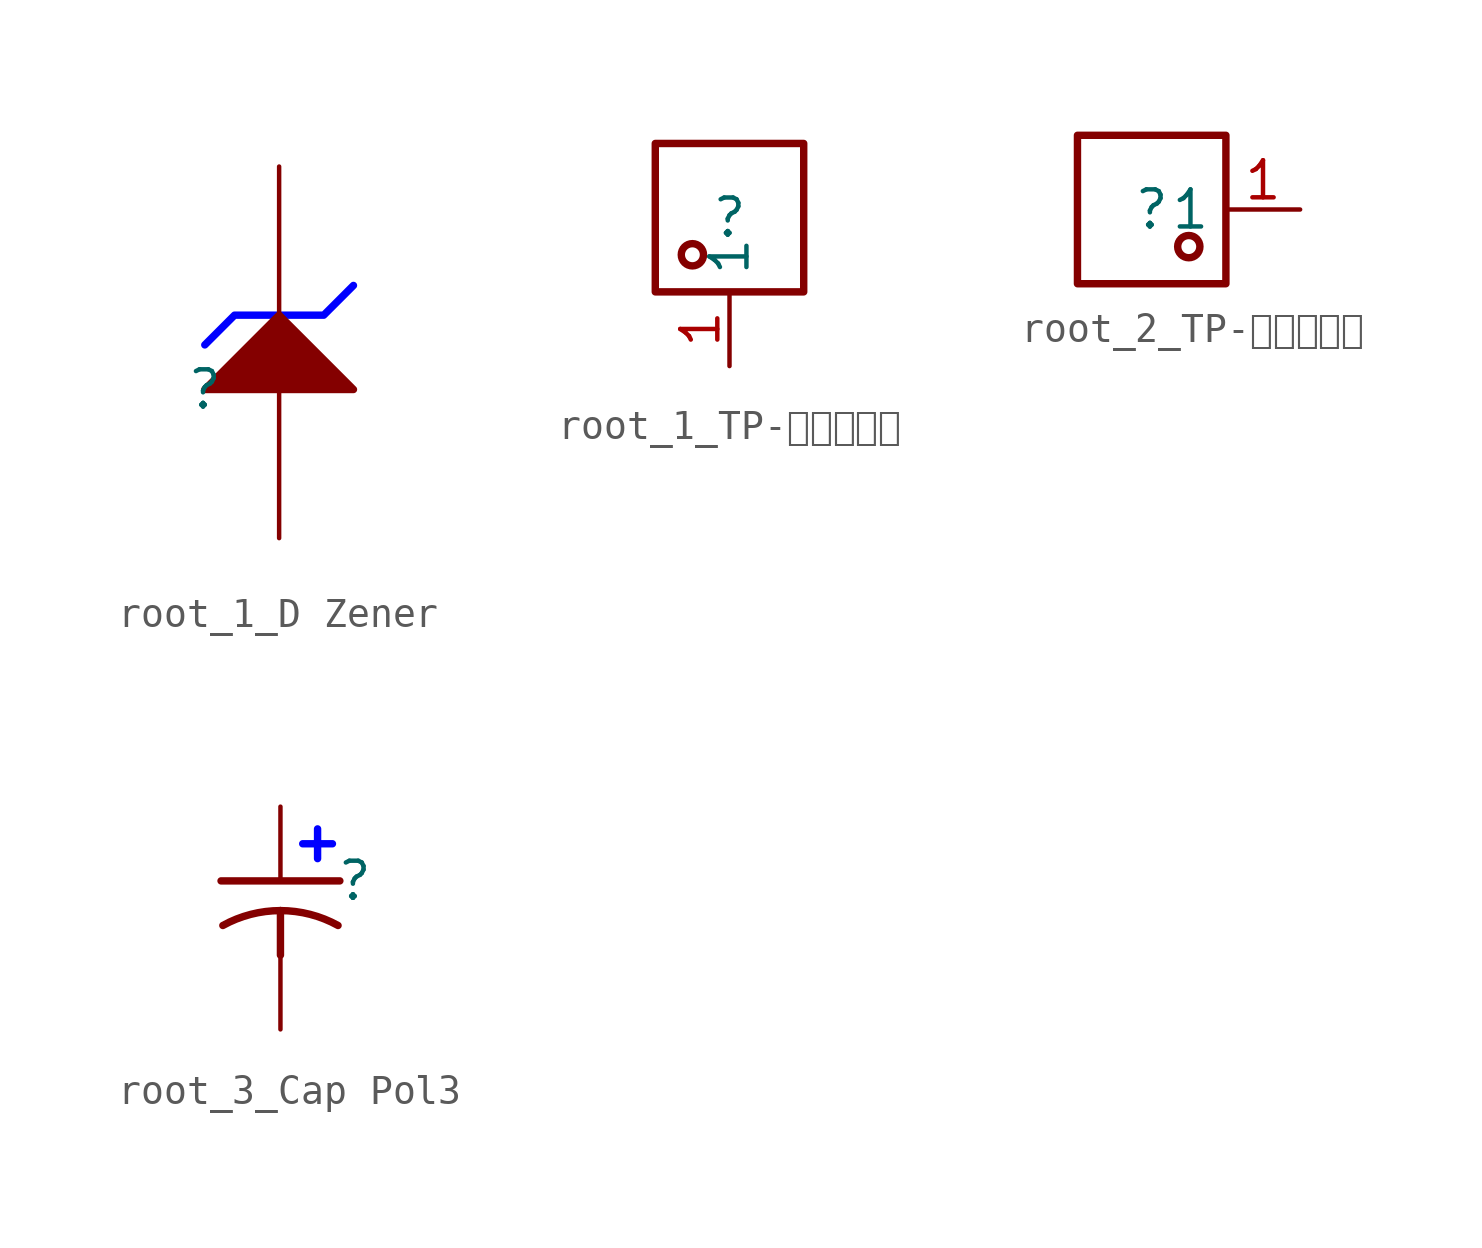
<source format=kicad_sym>
(kicad_symbol_lib
  (version 20220914)
  (generator kicad_symbol_editor)
  (symbol "root_1_D Zener"
    (property "Reference" ""
      (at 0 0 0)
      (effects (font (size 1.27 1.27))))
    (property "Value" ""
      (at 0 0 0)
      (effects (font (size 1.27 1.27))))
    (symbol "root_1_D Zener_1_0"
      (polyline (pts (xy 5.08 0) (xy 2.54 2.54) (xy 0 0) (xy 5.08 0)) (stroke (width 0.254) (type solid)) (fill (type outline)))
      (polyline (pts (xy 5.08 3.556) (xy 4.064 2.54) (xy 1.016 2.54) (xy 0 1.524)) (stroke (width 0.254) (type solid) (color 0 0 255 1)) (fill (type none)))
      (pin passive line (at 2.54 -5.08 90) (length 5.08) (name "1" (effects (font (size 0 0)))) (number "1" (effects (font (size 0 0)))))
      (pin passive line (at 2.54 7.62 270) (length 5.08) (name "3" (effects (font (size 0 0)))) (number "3" (effects (font (size 0 0)))))))
  (symbol "root_1_TP-黄色测试点"
    (property "Reference" ""
      (at 0 0 0)
      (effects (font (size 1.27 1.27))))
    (property "Value" ""
      (at 0 0 0)
      (effects (font (size 1.27 1.27))))
    (symbol "root_1_TP-黄色测试点_1_0"
      (circle (center -1.27 -1.27) (radius 0.381) (stroke (width 0.254) (type solid)) (fill (type none)))
      (rectangle (start 2.54 2.54) (end -2.54 -2.54) (stroke (width 0.254) (type solid)) (fill (type none)))
      (pin passive line (at 0 -5.08 90) (length 2.54) (name "1" (effects (font (size 1.27 1.27)))) (number "1" (effects (font (size 1.27 1.27)))))))
  (symbol "root_2_TP-黄色测试点"
    (property "Reference" ""
      (at 0 0 0)
      (effects (font (size 1.27 1.27))))
    (property "Value" ""
      (at 0 0 0)
      (effects (font (size 1.27 1.27))))
    (symbol "root_2_TP-黄色测试点_1_0"
      (circle (center 1.27 -1.27) (radius 0.381) (stroke (width 0.254) (type solid)) (fill (type none)))
      (rectangle (start 2.54 2.54) (end -2.54 -2.54) (stroke (width 0.254) (type solid)) (fill (type none)))
      (pin passive line (at 5.08 0 180) (length 2.54) (name "1" (effects (font (size 1.27 1.27)))) (number "1" (effects (font (size 1.27 1.27)))))))
  (symbol "root_3_Cap Pol3"
    (property "Reference" ""
      (at 0 0 0)
      (effects (font (size 1.27 1.27))))
    (property "Value" ""
      (at 0 0 0)
      (effects (font (size 1.27 1.27))))
    (symbol "root_3_Cap Pol3_1_0"
      (arc (start -2.54 -1.016) (mid -3.5575 -1.1454) (end -4.5103 -1.5255) (stroke (width 0.254) (type solid)) (fill (type none)))
      (arc (start -0.5697 -1.5255) (mid -1.5224 -1.1454) (end -2.54 -1.016) (stroke (width 0.254) (type solid)) (fill (type none)))
      (polyline (pts (xy -4.572 0) (xy -0.508 0)) (stroke (width 0.254) (type solid)) (fill (type none)))
      (polyline (pts (xy -2.54 -1.016) (xy -2.54 -2.54)) (stroke (width 0.254) (type solid)) (fill (type none)))
      (polyline (pts (xy -1.778 1.27) (xy -0.762 1.27)) (stroke (width 0.254) (type solid) (color 0 0 255 1)) (fill (type none)))
      (polyline (pts (xy -1.27 0.762) (xy -1.27 1.778)) (stroke (width 0.254) (type solid) (color 0 0 255 1)) (fill (type none)))
      (pin passive line (at -2.54 2.54 270) (length 2.54) (name "1" (effects (font (size 0 0)))) (number "1" (effects (font (size 0 0)))))
      (pin passive line (at -2.54 -5.08 90) (length 2.54) (name "2" (effects (font (size 0 0)))) (number "2" (effects (font (size 0 0))))))))
</source>
